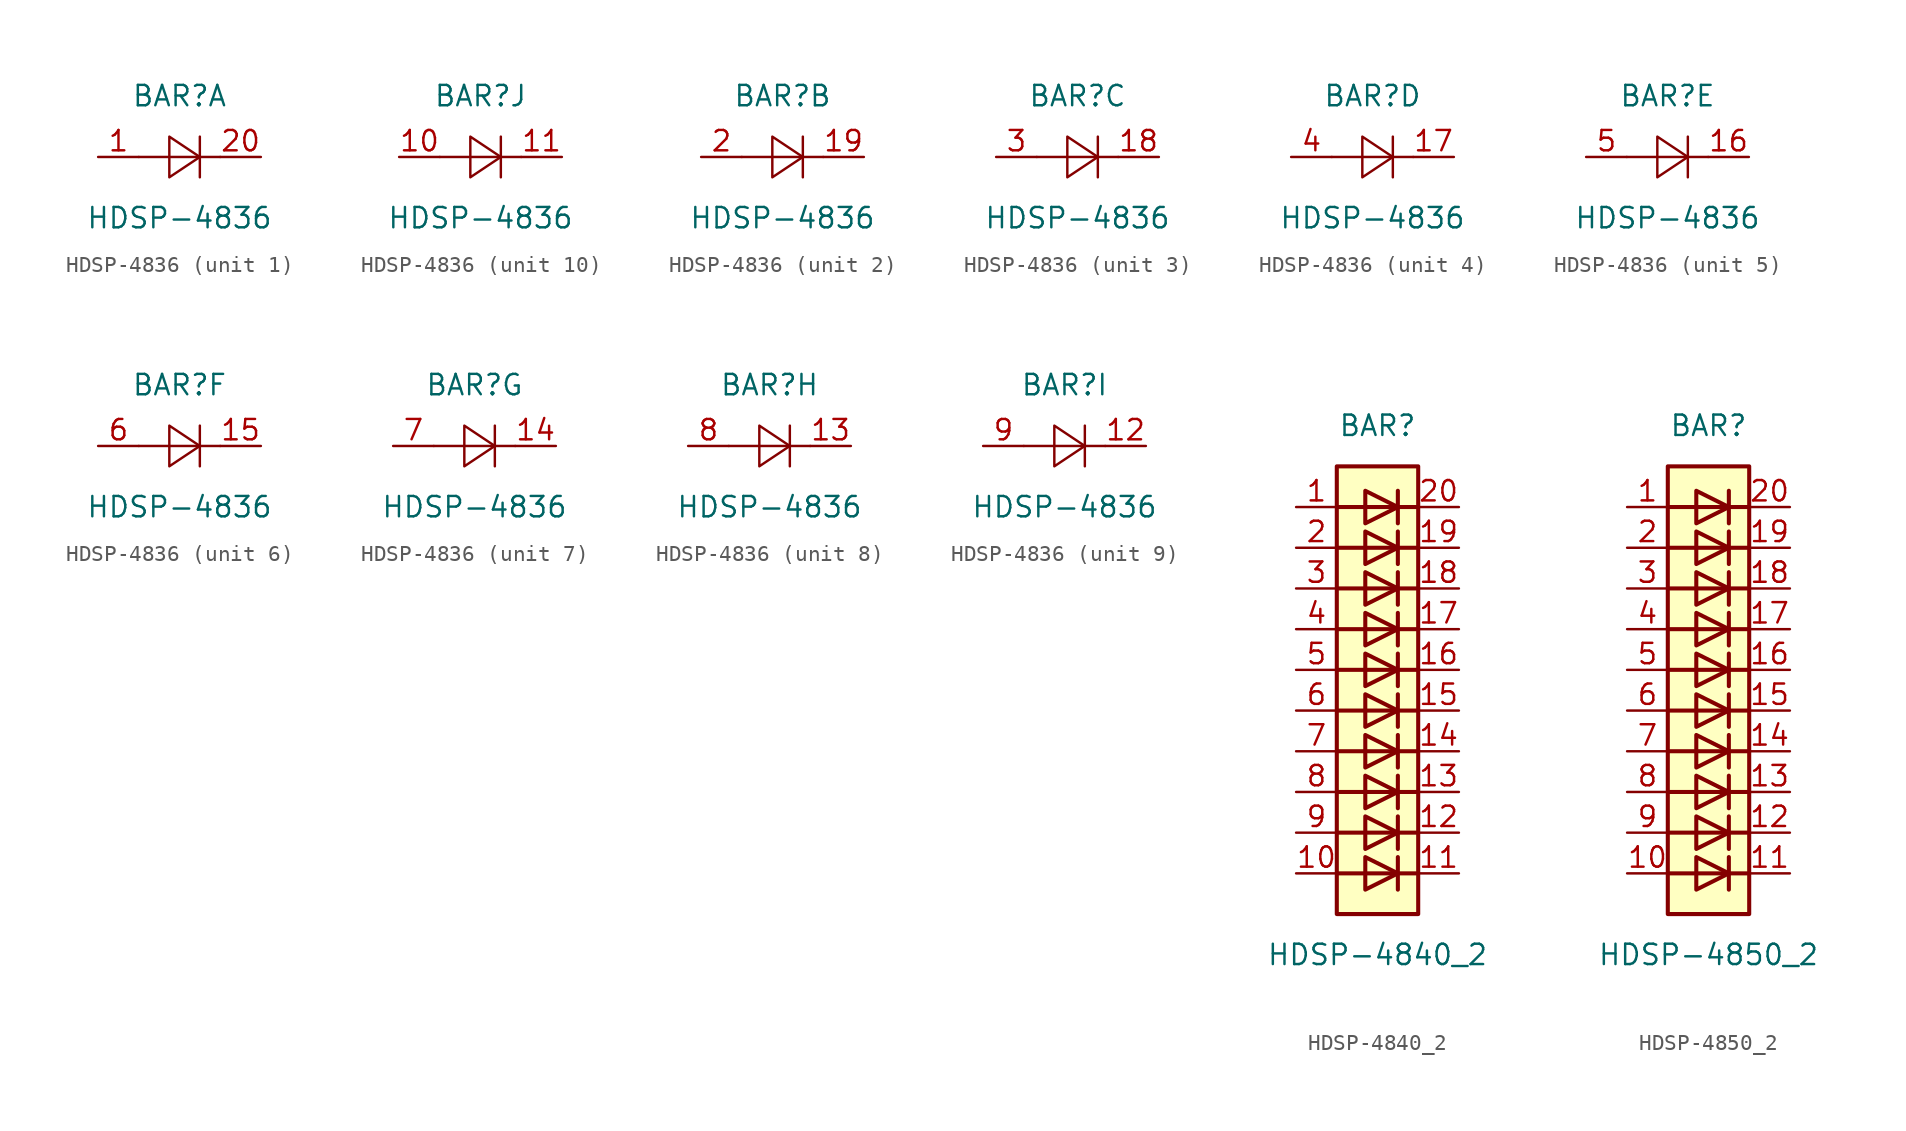
<source format=kicad_sym>
(kicad_symbol_lib
  (version 20201005)
  (generator kicad_symbol_editor)
  (symbol "HDSP-4836"
    (pin_names
      (offset 1.016) hide)
    (property "Reference" "BAR"
      (at 0 3.81 0)
      (effects (font (size 1.27 1.27))))
    (property "Value" "HDSP-4836"
      (at 0 -3.81 0)
      (effects (font (size 1.27 1.27))))
    (symbol "HDSP-4836_0_1"
      (polyline (pts (xy 1.27 -1.27) (xy 1.27 1.27)) (stroke (width 0)) (fill (type none)))
      (polyline (pts (xy 2.54 0) (xy -2.54 0)) (stroke (width 0)) (fill (type none)))
      (polyline (pts (xy -0.635 1.27) (xy -0.635 -1.27) (xy 1.27 0) (xy -0.635 1.27)) (stroke (width 0)) (fill (type none))))
    (symbol "HDSP-4836_1_1"
      (pin passive line (at -5.08 0 0) (length 2.54) (name "A" (effects (font (size 1.27 1.27)))) (number "1" (effects (font (size 1.27 1.27)))))
      (pin passive line (at 5.08 0 180) (length 2.54) (name "K" (effects (font (size 1.27 1.27)))) (number "20" (effects (font (size 1.27 1.27))))))
    (symbol "HDSP-4836_2_1"
      (pin passive line (at 5.08 0 180) (length 2.54) (name "K" (effects (font (size 1.27 1.27)))) (number "19" (effects (font (size 1.27 1.27)))))
      (pin passive line (at -5.08 0 0) (length 2.54) (name "A" (effects (font (size 1.27 1.27)))) (number "2" (effects (font (size 1.27 1.27))))))
    (symbol "HDSP-4836_3_1"
      (pin passive line (at 5.08 0 180) (length 2.54) (name "K" (effects (font (size 1.27 1.27)))) (number "18" (effects (font (size 1.27 1.27)))))
      (pin passive line (at -5.08 0 0) (length 2.54) (name "A" (effects (font (size 1.27 1.27)))) (number "3" (effects (font (size 1.27 1.27))))))
    (symbol "HDSP-4836_4_1"
      (pin passive line (at 5.08 0 180) (length 2.54) (name "K" (effects (font (size 1.27 1.27)))) (number "17" (effects (font (size 1.27 1.27)))))
      (pin passive line (at -5.08 0 0) (length 2.54) (name "A" (effects (font (size 1.27 1.27)))) (number "4" (effects (font (size 1.27 1.27))))))
    (symbol "HDSP-4836_5_1"
      (pin passive line (at 5.08 0 180) (length 2.54) (name "K" (effects (font (size 1.27 1.27)))) (number "16" (effects (font (size 1.27 1.27)))))
      (pin passive line (at -5.08 0 0) (length 2.54) (name "A" (effects (font (size 1.27 1.27)))) (number "5" (effects (font (size 1.27 1.27))))))
    (symbol "HDSP-4836_6_1"
      (pin passive line (at 5.08 0 180) (length 2.54) (name "K" (effects (font (size 1.27 1.27)))) (number "15" (effects (font (size 1.27 1.27)))))
      (pin passive line (at -5.08 0 0) (length 2.54) (name "A" (effects (font (size 1.27 1.27)))) (number "6" (effects (font (size 1.27 1.27))))))
    (symbol "HDSP-4836_7_1"
      (pin passive line (at 5.08 0 180) (length 2.54) (name "K" (effects (font (size 1.27 1.27)))) (number "14" (effects (font (size 1.27 1.27)))))
      (pin passive line (at -5.08 0 0) (length 2.54) (name "A" (effects (font (size 1.27 1.27)))) (number "7" (effects (font (size 1.27 1.27))))))
    (symbol "HDSP-4836_8_1"
      (pin passive line (at 5.08 0 180) (length 2.54) (name "K" (effects (font (size 1.27 1.27)))) (number "13" (effects (font (size 1.27 1.27)))))
      (pin passive line (at -5.08 0 0) (length 2.54) (name "A" (effects (font (size 1.27 1.27)))) (number "8" (effects (font (size 1.27 1.27))))))
    (symbol "HDSP-4836_9_1"
      (pin passive line (at 5.08 0 180) (length 2.54) (name "K" (effects (font (size 1.27 1.27)))) (number "12" (effects (font (size 1.27 1.27)))))
      (pin passive line (at -5.08 0 0) (length 2.54) (name "A" (effects (font (size 1.27 1.27)))) (number "9" (effects (font (size 1.27 1.27))))))
    (symbol "HDSP-4836_10_1"
      (pin passive line (at -5.08 0 0) (length 2.54) (name "A" (effects (font (size 1.27 1.27)))) (number "10" (effects (font (size 1.27 1.27)))))
      (pin passive line (at 5.08 0 180) (length 2.54) (name "K" (effects (font (size 1.27 1.27)))) (number "11" (effects (font (size 1.27 1.27)))))))
  (symbol "HDSP-4840_2"
    (pin_names
      (offset 1.016) hide)
    (property "Reference" "BAR"
      (at 0 15.24 0)
      (effects (font (size 1.27 1.27))))
    (property "Value" "HDSP-4840_2"
      (at 0 -17.78 0)
      (effects (font (size 1.27 1.27))))
    (symbol "HDSP-4840_2_0_1"
      (rectangle (start -2.54 12.7) (end 2.54 -15.24) (stroke (width 0.254)) (fill (type background)))
      (polyline (pts (xy -2.54 -12.7) (xy 2.54 -12.7)) (stroke (width 0.254)) (fill (type none)))
      (polyline (pts (xy -2.54 -10.16) (xy 2.54 -10.16)) (stroke (width 0.254)) (fill (type none)))
      (polyline (pts (xy -2.54 -7.62) (xy 2.54 -7.62)) (stroke (width 0.254)) (fill (type none)))
      (polyline (pts (xy -2.54 -5.08) (xy 2.54 -5.08)) (stroke (width 0.254)) (fill (type none)))
      (polyline (pts (xy -2.54 0) (xy 2.54 0)) (stroke (width 0.254)) (fill (type none)))
      (polyline (pts (xy -2.54 5.08) (xy 2.54 5.08)) (stroke (width 0.254)) (fill (type none)))
      (polyline (pts (xy -2.54 7.62) (xy 2.54 7.62)) (stroke (width 0.254)) (fill (type none)))
      (polyline (pts (xy -2.54 10.16) (xy 2.54 10.16)) (stroke (width 0.254)) (fill (type none)))
      (polyline (pts (xy 1.27 -11.684) (xy 1.27 -13.716)) (stroke (width 0.254)) (fill (type none)))
      (polyline (pts (xy 1.27 -9.144) (xy 1.27 -11.176)) (stroke (width 0.254)) (fill (type none)))
      (polyline (pts (xy 1.27 -6.604) (xy 1.27 -8.636)) (stroke (width 0.254)) (fill (type none)))
      (polyline (pts (xy 1.27 -4.064) (xy 1.27 -6.096)) (stroke (width 0.254)) (fill (type none)))
      (polyline (pts (xy 1.27 -1.524) (xy 1.27 -3.556)) (stroke (width 0.254)) (fill (type none)))
      (polyline (pts (xy 1.27 1.016) (xy 1.27 -1.016)) (stroke (width 0.254)) (fill (type none)))
      (polyline (pts (xy 1.27 3.556) (xy 1.27 1.524)) (stroke (width 0.254)) (fill (type none)))
      (polyline (pts (xy 1.27 6.096) (xy 1.27 4.064)) (stroke (width 0.254)) (fill (type none)))
      (polyline (pts (xy 1.27 8.636) (xy 1.27 6.604)) (stroke (width 0.254)) (fill (type none)))
      (polyline (pts (xy 1.27 11.176) (xy 1.27 9.144)) (stroke (width 0.254)) (fill (type none)))
      (polyline (pts (xy 2.54 -2.54) (xy -2.54 -2.54)) (stroke (width 0.254)) (fill (type none)))
      (polyline (pts (xy 2.54 2.54) (xy -2.54 2.54)) (stroke (width 0.254)) (fill (type none)))
      (polyline (pts (xy -0.762 -11.684) (xy -0.762 -13.716) (xy 1.27 -12.7) (xy -0.762 -11.684)) (stroke (width 0.254)) (fill (type none)))
      (polyline (pts (xy -0.762 -9.144) (xy -0.762 -11.176) (xy 1.27 -10.16) (xy -0.762 -9.144)) (stroke (width 0.254)) (fill (type none)))
      (polyline (pts (xy -0.762 -6.604) (xy -0.762 -8.636) (xy 1.27 -7.62) (xy -0.762 -6.604)) (stroke (width 0.254)) (fill (type none)))
      (polyline (pts (xy -0.762 -4.064) (xy -0.762 -6.096) (xy 1.27 -5.08) (xy -0.762 -4.064)) (stroke (width 0.254)) (fill (type none)))
      (polyline (pts (xy -0.762 -1.524) (xy -0.762 -3.556) (xy 1.27 -2.54) (xy -0.762 -1.524)) (stroke (width 0.254)) (fill (type none)))
      (polyline (pts (xy -0.762 1.016) (xy -0.762 -1.016) (xy 1.27 0) (xy -0.762 1.016)) (stroke (width 0.254)) (fill (type none)))
      (polyline (pts (xy -0.762 3.556) (xy -0.762 1.524) (xy 1.27 2.54) (xy -0.762 3.556)) (stroke (width 0.254)) (fill (type none)))
      (polyline (pts (xy -0.762 6.096) (xy -0.762 4.064) (xy 1.27 5.08) (xy -0.762 6.096)) (stroke (width 0.254)) (fill (type none)))
      (polyline (pts (xy -0.762 8.636) (xy -0.762 6.604) (xy 1.27 7.62) (xy -0.762 8.636)) (stroke (width 0.254)) (fill (type none)))
      (polyline (pts (xy -0.762 11.176) (xy -0.762 9.144) (xy 1.27 10.16) (xy -0.762 11.176)) (stroke (width 0.254)) (fill (type none))))
    (symbol "HDSP-4840_2_1_1"
      (pin passive line (at -5.08 10.16 0) (length 2.54) (name "A" (effects (font (size 1.27 1.27)))) (number "1" (effects (font (size 1.27 1.27)))))
      (pin passive line (at -5.08 -12.7 0) (length 2.54) (name "A" (effects (font (size 1.27 1.27)))) (number "10" (effects (font (size 1.27 1.27)))))
      (pin passive line (at 5.08 -12.7 180) (length 2.54) (name "K" (effects (font (size 1.27 1.27)))) (number "11" (effects (font (size 1.27 1.27)))))
      (pin passive line (at 5.08 -10.16 180) (length 2.54) (name "K" (effects (font (size 1.27 1.27)))) (number "12" (effects (font (size 1.27 1.27)))))
      (pin passive line (at 5.08 -7.62 180) (length 2.54) (name "K" (effects (font (size 1.27 1.27)))) (number "13" (effects (font (size 1.27 1.27)))))
      (pin passive line (at 5.08 -5.08 180) (length 2.54) (name "K" (effects (font (size 1.27 1.27)))) (number "14" (effects (font (size 1.27 1.27)))))
      (pin passive line (at 5.08 -2.54 180) (length 2.54) (name "K" (effects (font (size 1.27 1.27)))) (number "15" (effects (font (size 1.27 1.27)))))
      (pin passive line (at 5.08 0 180) (length 2.54) (name "K" (effects (font (size 1.27 1.27)))) (number "16" (effects (font (size 1.27 1.27)))))
      (pin passive line (at 5.08 2.54 180) (length 2.54) (name "K" (effects (font (size 1.27 1.27)))) (number "17" (effects (font (size 1.27 1.27)))))
      (pin passive line (at 5.08 5.08 180) (length 2.54) (name "K" (effects (font (size 1.27 1.27)))) (number "18" (effects (font (size 1.27 1.27)))))
      (pin passive line (at 5.08 7.62 180) (length 2.54) (name "K" (effects (font (size 1.27 1.27)))) (number "19" (effects (font (size 1.27 1.27)))))
      (pin passive line (at -5.08 7.62 0) (length 2.54) (name "A" (effects (font (size 1.27 1.27)))) (number "2" (effects (font (size 1.27 1.27)))))
      (pin passive line (at 5.08 10.16 180) (length 2.54) (name "K" (effects (font (size 1.27 1.27)))) (number "20" (effects (font (size 1.27 1.27)))))
      (pin passive line (at -5.08 5.08 0) (length 2.54) (name "A" (effects (font (size 1.27 1.27)))) (number "3" (effects (font (size 1.27 1.27)))))
      (pin passive line (at -5.08 2.54 0) (length 2.54) (name "A" (effects (font (size 1.27 1.27)))) (number "4" (effects (font (size 1.27 1.27)))))
      (pin passive line (at -5.08 0 0) (length 2.54) (name "A" (effects (font (size 1.27 1.27)))) (number "5" (effects (font (size 1.27 1.27)))))
      (pin passive line (at -5.08 -2.54 0) (length 2.54) (name "A" (effects (font (size 1.27 1.27)))) (number "6" (effects (font (size 1.27 1.27)))))
      (pin passive line (at -5.08 -5.08 0) (length 2.54) (name "A" (effects (font (size 1.27 1.27)))) (number "7" (effects (font (size 1.27 1.27)))))
      (pin passive line (at -5.08 -7.62 0) (length 2.54) (name "A" (effects (font (size 1.27 1.27)))) (number "8" (effects (font (size 1.27 1.27)))))
      (pin passive line (at -5.08 -10.16 0) (length 2.54) (name "A" (effects (font (size 1.27 1.27)))) (number "9" (effects (font (size 1.27 1.27)))))))
  (symbol "HDSP-4850_2"
    (pin_names
      (offset 1.016) hide)
    (property "Reference" "BAR"
      (at 0 15.24 0)
      (effects (font (size 1.27 1.27))))
    (property "Value" "HDSP-4850_2"
      (at 0 -17.78 0)
      (effects (font (size 1.27 1.27))))
    (symbol "HDSP-4850_2_0_1"
      (rectangle (start -2.54 12.7) (end 2.54 -15.24) (stroke (width 0.254)) (fill (type background)))
      (polyline (pts (xy -2.54 -12.7) (xy 2.54 -12.7)) (stroke (width 0.254)) (fill (type none)))
      (polyline (pts (xy -2.54 -10.16) (xy 2.54 -10.16)) (stroke (width 0.254)) (fill (type none)))
      (polyline (pts (xy -2.54 -7.62) (xy 2.54 -7.62)) (stroke (width 0.254)) (fill (type none)))
      (polyline (pts (xy -2.54 -5.08) (xy 2.54 -5.08)) (stroke (width 0.254)) (fill (type none)))
      (polyline (pts (xy -2.54 0) (xy 2.54 0)) (stroke (width 0.254)) (fill (type none)))
      (polyline (pts (xy -2.54 5.08) (xy 2.54 5.08)) (stroke (width 0.254)) (fill (type none)))
      (polyline (pts (xy -2.54 7.62) (xy 2.54 7.62)) (stroke (width 0.254)) (fill (type none)))
      (polyline (pts (xy -2.54 10.16) (xy 2.54 10.16)) (stroke (width 0.254)) (fill (type none)))
      (polyline (pts (xy 1.27 -11.684) (xy 1.27 -13.716)) (stroke (width 0.254)) (fill (type none)))
      (polyline (pts (xy 1.27 -9.144) (xy 1.27 -11.176)) (stroke (width 0.254)) (fill (type none)))
      (polyline (pts (xy 1.27 -6.604) (xy 1.27 -8.636)) (stroke (width 0.254)) (fill (type none)))
      (polyline (pts (xy 1.27 -4.064) (xy 1.27 -6.096)) (stroke (width 0.254)) (fill (type none)))
      (polyline (pts (xy 1.27 -1.524) (xy 1.27 -3.556)) (stroke (width 0.254)) (fill (type none)))
      (polyline (pts (xy 1.27 1.016) (xy 1.27 -1.016)) (stroke (width 0.254)) (fill (type none)))
      (polyline (pts (xy 1.27 3.556) (xy 1.27 1.524)) (stroke (width 0.254)) (fill (type none)))
      (polyline (pts (xy 1.27 6.096) (xy 1.27 4.064)) (stroke (width 0.254)) (fill (type none)))
      (polyline (pts (xy 1.27 8.636) (xy 1.27 6.604)) (stroke (width 0.254)) (fill (type none)))
      (polyline (pts (xy 1.27 11.176) (xy 1.27 9.144)) (stroke (width 0.254)) (fill (type none)))
      (polyline (pts (xy 2.54 -2.54) (xy -2.54 -2.54)) (stroke (width 0.254)) (fill (type none)))
      (polyline (pts (xy 2.54 2.54) (xy -2.54 2.54)) (stroke (width 0.254)) (fill (type none)))
      (polyline (pts (xy -0.762 -11.684) (xy -0.762 -13.716) (xy 1.27 -12.7) (xy -0.762 -11.684)) (stroke (width 0.254)) (fill (type none)))
      (polyline (pts (xy -0.762 -9.144) (xy -0.762 -11.176) (xy 1.27 -10.16) (xy -0.762 -9.144)) (stroke (width 0.254)) (fill (type none)))
      (polyline (pts (xy -0.762 -6.604) (xy -0.762 -8.636) (xy 1.27 -7.62) (xy -0.762 -6.604)) (stroke (width 0.254)) (fill (type none)))
      (polyline (pts (xy -0.762 -4.064) (xy -0.762 -6.096) (xy 1.27 -5.08) (xy -0.762 -4.064)) (stroke (width 0.254)) (fill (type none)))
      (polyline (pts (xy -0.762 -1.524) (xy -0.762 -3.556) (xy 1.27 -2.54) (xy -0.762 -1.524)) (stroke (width 0.254)) (fill (type none)))
      (polyline (pts (xy -0.762 1.016) (xy -0.762 -1.016) (xy 1.27 0) (xy -0.762 1.016)) (stroke (width 0.254)) (fill (type none)))
      (polyline (pts (xy -0.762 3.556) (xy -0.762 1.524) (xy 1.27 2.54) (xy -0.762 3.556)) (stroke (width 0.254)) (fill (type none)))
      (polyline (pts (xy -0.762 6.096) (xy -0.762 4.064) (xy 1.27 5.08) (xy -0.762 6.096)) (stroke (width 0.254)) (fill (type none)))
      (polyline (pts (xy -0.762 8.636) (xy -0.762 6.604) (xy 1.27 7.62) (xy -0.762 8.636)) (stroke (width 0.254)) (fill (type none)))
      (polyline (pts (xy -0.762 11.176) (xy -0.762 9.144) (xy 1.27 10.16) (xy -0.762 11.176)) (stroke (width 0.254)) (fill (type none))))
    (symbol "HDSP-4850_2_1_1"
      (pin passive line (at -5.08 10.16 0) (length 2.54) (name "A" (effects (font (size 1.27 1.27)))) (number "1" (effects (font (size 1.27 1.27)))))
      (pin passive line (at -5.08 -12.7 0) (length 2.54) (name "A" (effects (font (size 1.27 1.27)))) (number "10" (effects (font (size 1.27 1.27)))))
      (pin passive line (at 5.08 -12.7 180) (length 2.54) (name "K" (effects (font (size 1.27 1.27)))) (number "11" (effects (font (size 1.27 1.27)))))
      (pin passive line (at 5.08 -10.16 180) (length 2.54) (name "K" (effects (font (size 1.27 1.27)))) (number "12" (effects (font (size 1.27 1.27)))))
      (pin passive line (at 5.08 -7.62 180) (length 2.54) (name "K" (effects (font (size 1.27 1.27)))) (number "13" (effects (font (size 1.27 1.27)))))
      (pin passive line (at 5.08 -5.08 180) (length 2.54) (name "K" (effects (font (size 1.27 1.27)))) (number "14" (effects (font (size 1.27 1.27)))))
      (pin passive line (at 5.08 -2.54 180) (length 2.54) (name "K" (effects (font (size 1.27 1.27)))) (number "15" (effects (font (size 1.27 1.27)))))
      (pin passive line (at 5.08 0 180) (length 2.54) (name "K" (effects (font (size 1.27 1.27)))) (number "16" (effects (font (size 1.27 1.27)))))
      (pin passive line (at 5.08 2.54 180) (length 2.54) (name "K" (effects (font (size 1.27 1.27)))) (number "17" (effects (font (size 1.27 1.27)))))
      (pin passive line (at 5.08 5.08 180) (length 2.54) (name "K" (effects (font (size 1.27 1.27)))) (number "18" (effects (font (size 1.27 1.27)))))
      (pin passive line (at 5.08 7.62 180) (length 2.54) (name "K" (effects (font (size 1.27 1.27)))) (number "19" (effects (font (size 1.27 1.27)))))
      (pin passive line (at -5.08 7.62 0) (length 2.54) (name "A" (effects (font (size 1.27 1.27)))) (number "2" (effects (font (size 1.27 1.27)))))
      (pin passive line (at 5.08 10.16 180) (length 2.54) (name "K" (effects (font (size 1.27 1.27)))) (number "20" (effects (font (size 1.27 1.27)))))
      (pin passive line (at -5.08 5.08 0) (length 2.54) (name "A" (effects (font (size 1.27 1.27)))) (number "3" (effects (font (size 1.27 1.27)))))
      (pin passive line (at -5.08 2.54 0) (length 2.54) (name "A" (effects (font (size 1.27 1.27)))) (number "4" (effects (font (size 1.27 1.27)))))
      (pin passive line (at -5.08 0 0) (length 2.54) (name "A" (effects (font (size 1.27 1.27)))) (number "5" (effects (font (size 1.27 1.27)))))
      (pin passive line (at -5.08 -2.54 0) (length 2.54) (name "A" (effects (font (size 1.27 1.27)))) (number "6" (effects (font (size 1.27 1.27)))))
      (pin passive line (at -5.08 -5.08 0) (length 2.54) (name "A" (effects (font (size 1.27 1.27)))) (number "7" (effects (font (size 1.27 1.27)))))
      (pin passive line (at -5.08 -7.62 0) (length 2.54) (name "A" (effects (font (size 1.27 1.27)))) (number "8" (effects (font (size 1.27 1.27)))))
      (pin passive line (at -5.08 -10.16 0) (length 2.54) (name "A" (effects (font (size 1.27 1.27)))) (number "9" (effects (font (size 1.27 1.27))))))))
</source>
